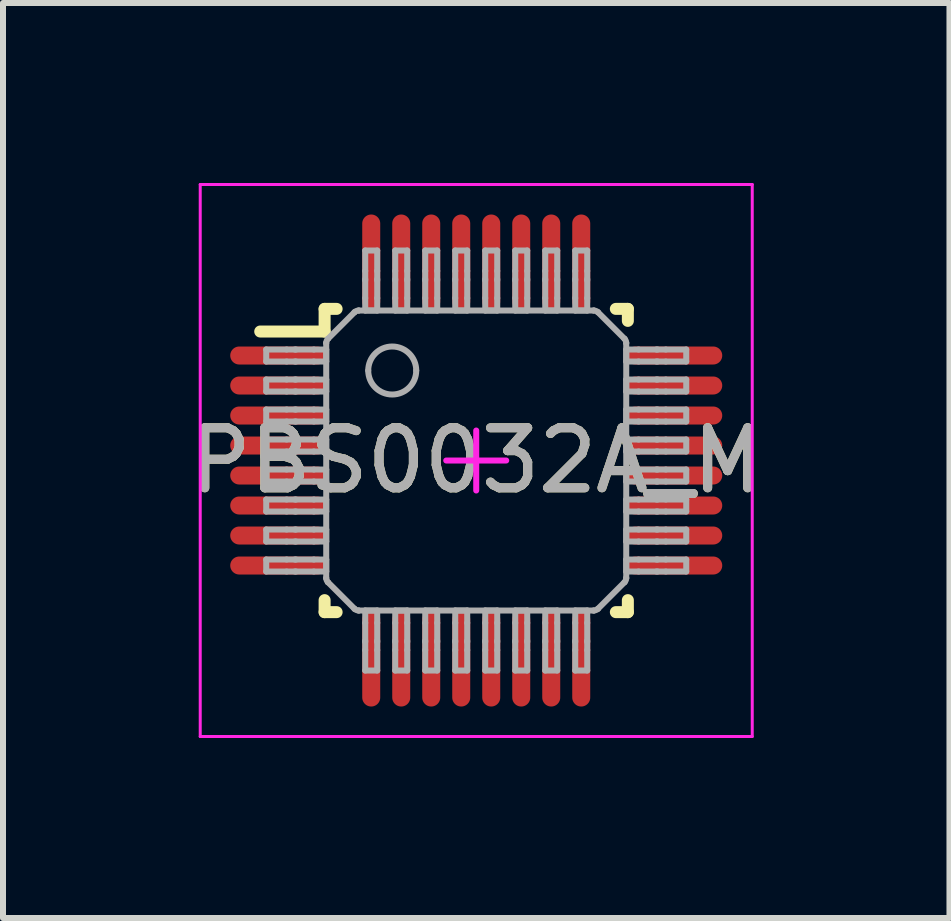
<source format=kicad_pcb>
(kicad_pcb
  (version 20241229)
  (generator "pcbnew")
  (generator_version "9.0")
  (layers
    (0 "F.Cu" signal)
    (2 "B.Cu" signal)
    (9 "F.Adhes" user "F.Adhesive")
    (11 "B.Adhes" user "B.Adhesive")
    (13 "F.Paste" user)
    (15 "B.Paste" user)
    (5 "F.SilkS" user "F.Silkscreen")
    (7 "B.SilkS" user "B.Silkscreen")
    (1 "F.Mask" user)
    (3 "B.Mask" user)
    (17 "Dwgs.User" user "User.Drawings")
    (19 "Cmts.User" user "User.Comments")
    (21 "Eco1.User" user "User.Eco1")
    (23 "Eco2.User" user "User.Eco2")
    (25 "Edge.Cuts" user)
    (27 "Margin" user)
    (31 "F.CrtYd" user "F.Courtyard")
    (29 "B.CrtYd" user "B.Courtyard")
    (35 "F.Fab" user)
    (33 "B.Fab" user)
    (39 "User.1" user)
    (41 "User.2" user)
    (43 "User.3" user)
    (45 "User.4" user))
  (footprint "PBS0032A_M"
    (layer "F.Cu")
    (at 4.887 4.625)
    (property "Reference" "PBS0032A_M" (at 0 0 0) (unlocked yes) (layer "F.SilkS") (effects (font (size 1 1) (thickness 0.15))))
    (attr smd)
    (fp_line (start -3.6 -2.15) (end -2.527 -2.15) (stroke (width 0.2) (type solid)) (layer "F.SilkS"))
    (fp_line (start -2.527 -2.527) (end -2.327 -2.527) (stroke (width 0.2) (type solid)) (layer "F.SilkS"))
    (fp_line (start -2.527 -2.15) (end -2.527 -2.527) (stroke (width 0.2) (type solid)) (layer "F.SilkS"))
    (fp_line (start -2.527 2.527) (end -2.527 2.327) (stroke (width 0.2) (type solid)) (layer "F.SilkS"))
    (fp_line (start -2.527 2.527) (end -2.327 2.527) (stroke (width 0.2) (type solid)) (layer "F.SilkS"))
    (fp_line (start 2.327 -2.527) (end 2.527 -2.527) (stroke (width 0.2) (type solid)) (layer "F.SilkS"))
    (fp_line (start 2.327 2.527) (end 2.527 2.527) (stroke (width 0.2) (type solid)) (layer "F.SilkS"))
    (fp_line (start 2.527 -2.327) (end 2.527 -2.527) (stroke (width 0.2) (type solid)) (layer "F.SilkS"))
    (fp_line (start 2.527 2.527) (end 2.527 2.327) (stroke (width 0.2) (type solid)) (layer "F.SilkS"))
    (fp_line (start -4.6 -4.6) (end 4.6 -4.6) (stroke (width 0.05) (type solid)) (layer "F.CrtYd"))
    (fp_line (start -4.6 4.6) (end -4.6 -4.6) (stroke (width 0.05) (type solid)) (layer "F.CrtYd"))
    (fp_line (start -4.6 4.6) (end 4.6 4.6) (stroke (width 0.05) (type solid)) (layer "F.CrtYd"))
    (fp_line (start -0.5 0.000003) (end 0.5 0.000003) (stroke (width 0.1) (type solid)) (layer "F.CrtYd"))
    (fp_line (start 0 0.5) (end 0 -0.5) (stroke (width 0.1) (type solid)) (layer "F.CrtYd"))
    (fp_line (start 4.6 4.6) (end 4.6 -4.6) (stroke (width 0.05) (type solid)) (layer "F.CrtYd"))
    (fp_line (start -3.5 -1.85) (end -3.16 -1.85) (stroke (width 0.1) (type solid)) (layer "F.Fab"))
    (fp_line (start -3.5 -1.65) (end -3.5 -1.85) (stroke (width 0.1) (type solid)) (layer "F.Fab"))
    (fp_line (start -3.5 -1.65) (end -3.16 -1.65) (stroke (width 0.1) (type solid)) (layer "F.Fab"))
    (fp_line (start -3.5 -1.35) (end -3.16 -1.35) (stroke (width 0.1) (type solid)) (layer "F.Fab"))
    (fp_line (start -3.5 -1.15) (end -3.5 -1.35) (stroke (width 0.1) (type solid)) (layer "F.Fab"))
    (fp_line (start -3.5 -1.15) (end -3.16 -1.15) (stroke (width 0.1) (type solid)) (layer "F.Fab"))
    (fp_line (start -3.5 -0.85) (end -3.16 -0.85) (stroke (width 0.1) (type solid)) (layer "F.Fab"))
    (fp_line (start -3.5 -0.65) (end -3.5 -0.85) (stroke (width 0.1) (type solid)) (layer "F.Fab"))
    (fp_line (start -3.5 -0.65) (end -3.16 -0.65) (stroke (width 0.1) (type solid)) (layer "F.Fab"))
    (fp_line (start -3.5 -0.35) (end -3.16 -0.35) (stroke (width 0.1) (type solid)) (layer "F.Fab"))
    (fp_line (start -3.5 -0.15) (end -3.5 -0.35) (stroke (width 0.1) (type solid)) (layer "F.Fab"))
    (fp_line (start -3.5 -0.15) (end -3.16 -0.15) (stroke (width 0.1) (type solid)) (layer "F.Fab"))
    (fp_line (start -3.5 0.15) (end -3.16 0.15) (stroke (width 0.1) (type solid)) (layer "F.Fab"))
    (fp_line (start -3.5 0.35) (end -3.5 0.15) (stroke (width 0.1) (type solid)) (layer "F.Fab"))
    (fp_line (start -3.5 0.35) (end -3.16 0.35) (stroke (width 0.1) (type solid)) (layer "F.Fab"))
    (fp_line (start -3.5 0.65) (end -3.16 0.65) (stroke (width 0.1) (type solid)) (layer "F.Fab"))
    (fp_line (start -3.5 0.85) (end -3.5 0.65) (stroke (width 0.1) (type solid)) (layer "F.Fab"))
    (fp_line (start -3.5 0.85) (end -3.16 0.85) (stroke (width 0.1) (type solid)) (layer "F.Fab"))
    (fp_line (start -3.5 1.15) (end -3.16 1.15) (stroke (width 0.1) (type solid)) (layer "F.Fab"))
    (fp_line (start -3.5 1.35) (end -3.5 1.15) (stroke (width 0.1) (type solid)) (layer "F.Fab"))
    (fp_line (start -3.5 1.35) (end -3.16 1.35) (stroke (width 0.1) (type solid)) (layer "F.Fab"))
    (fp_line (start -3.5 1.65) (end -3.16 1.65) (stroke (width 0.1) (type solid)) (layer "F.Fab"))
    (fp_line (start -3.5 1.85) (end -3.5 1.65) (stroke (width 0.1) (type solid)) (layer "F.Fab"))
    (fp_line (start -3.5 1.85) (end -3.16 1.85) (stroke (width 0.1) (type solid)) (layer "F.Fab"))
    (fp_line (start -3.16 -1.85) (end -3.023 -1.85) (stroke (width 0.1) (type solid)) (layer "F.Fab"))
    (fp_line (start -3.16 -1.65) (end -3.023 -1.65) (stroke (width 0.1) (type solid)) (layer "F.Fab"))
    (fp_line (start -3.16 -1.35) (end -3.023 -1.35) (stroke (width 0.1) (type solid)) (layer "F.Fab"))
    (fp_line (start -3.16 -1.15) (end -3.023 -1.15) (stroke (width 0.1) (type solid)) (layer "F.Fab"))
    (fp_line (start -3.16 -0.85) (end -3.023 -0.85) (stroke (width 0.1) (type solid)) (layer "F.Fab"))
    (fp_line (start -3.16 -0.65) (end -3.023 -0.65) (stroke (width 0.1) (type solid)) (layer "F.Fab"))
    (fp_line (start -3.16 -0.35) (end -3.023 -0.35) (stroke (width 0.1) (type solid)) (layer "F.Fab"))
    (fp_line (start -3.16 -0.15) (end -3.023 -0.15) (stroke (width 0.1) (type solid)) (layer "F.Fab"))
    (fp_line (start -3.16 0.15) (end -3.023 0.15) (stroke (width 0.1) (type solid)) (layer "F.Fab"))
    (fp_line (start -3.16 0.35) (end -3.023 0.35) (stroke (width 0.1) (type solid)) (layer "F.Fab"))
    (fp_line (start -3.16 0.65) (end -3.023 0.65) (stroke (width 0.1) (type solid)) (layer "F.Fab"))
    (fp_line (start -3.16 0.85) (end -3.023 0.85) (stroke (width 0.1) (type solid)) (layer "F.Fab"))
    (fp_line (start -3.16 1.15) (end -3.023 1.15) (stroke (width 0.1) (type solid)) (layer "F.Fab"))
    (fp_line (start -3.16 1.35) (end -3.023 1.35) (stroke (width 0.1) (type solid)) (layer "F.Fab"))
    (fp_line (start -3.16 1.65) (end -3.023 1.65) (stroke (width 0.1) (type solid)) (layer "F.Fab"))
    (fp_line (start -3.16 1.85) (end -3.023 1.85) (stroke (width 0.1) (type solid)) (layer "F.Fab"))
    (fp_line (start -3.023 -1.85) (end -3.002 -1.85) (stroke (width 0.1) (type solid)) (layer "F.Fab"))
    (fp_line (start -3.023 -1.65) (end -3.002 -1.65) (stroke (width 0.1) (type solid)) (layer "F.Fab"))
    (fp_line (start -3.023 -1.35) (end -3.002 -1.35) (stroke (width 0.1) (type solid)) (layer "F.Fab"))
    (fp_line (start -3.023 -1.15) (end -3.002 -1.15) (stroke (width 0.1) (type solid)) (layer "F.Fab"))
    (fp_line (start -3.023 -0.85) (end -3.002 -0.85) (stroke (width 0.1) (type solid)) (layer "F.Fab"))
    (fp_line (start -3.023 -0.65) (end -3.002 -0.65) (stroke (width 0.1) (type solid)) (layer "F.Fab"))
    (fp_line (start -3.023 -0.35) (end -3.002 -0.35) (stroke (width 0.1) (type solid)) (layer "F.Fab"))
    (fp_line (start -3.023 -0.15) (end -3.002 -0.15) (stroke (width 0.1) (type solid)) (layer "F.Fab"))
    (fp_line (start -3.023 0.15) (end -3.002 0.15) (stroke (width 0.1) (type solid)) (layer "F.Fab"))
    (fp_line (start -3.023 0.35) (end -3.002 0.35) (stroke (width 0.1) (type solid)) (layer "F.Fab"))
    (fp_line (start -3.023 0.65) (end -3.002 0.65) (stroke (width 0.1) (type solid)) (layer "F.Fab"))
    (fp_line (start -3.023 0.85) (end -3.002 0.85) (stroke (width 0.1) (type solid)) (layer "F.Fab"))
    (fp_line (start -3.023 1.15) (end -3.002 1.15) (stroke (width 0.1) (type solid)) (layer "F.Fab"))
    (fp_line (start -3.023 1.35) (end -3.002 1.35) (stroke (width 0.1) (type solid)) (layer "F.Fab"))
    (fp_line (start -3.023 1.65) (end -3.002 1.65) (stroke (width 0.1) (type solid)) (layer "F.Fab"))
    (fp_line (start -3.023 1.85) (end -3.002 1.85) (stroke (width 0.1) (type solid)) (layer "F.Fab"))
    (fp_line (start -3.002 -1.85) (end -2.706 -1.85) (stroke (width 0.1) (type solid)) (layer "F.Fab"))
    (fp_line (start -3.002 -1.65) (end -2.706 -1.65) (stroke (width 0.1) (type solid)) (layer "F.Fab"))
    (fp_line (start -3.002 -1.35) (end -2.706 -1.35) (stroke (width 0.1) (type solid)) (layer "F.Fab"))
    (fp_line (start -3.002 -1.15) (end -2.706 -1.15) (stroke (width 0.1) (type solid)) (layer "F.Fab"))
    (fp_line (start -3.002 -0.85) (end -2.706 -0.85) (stroke (width 0.1) (type solid)) (layer "F.Fab"))
    (fp_line (start -3.002 -0.65) (end -2.706 -0.65) (stroke (width 0.1) (type solid)) (layer "F.Fab"))
    (fp_line (start -3.002 -0.35) (end -2.706 -0.35) (stroke (width 0.1) (type solid)) (layer "F.Fab"))
    (fp_line (start -3.002 -0.15) (end -2.706 -0.15) (stroke (width 0.1) (type solid)) (layer "F.Fab"))
    (fp_line (start -3.002 0.15) (end -2.706 0.15) (stroke (width 0.1) (type solid)) (layer "F.Fab"))
    (fp_line (start -3.002 0.35) (end -2.706 0.35) (stroke (width 0.1) (type solid)) (layer "F.Fab"))
    (fp_line (start -3.002 0.65) (end -2.706 0.65) (stroke (width 0.1) (type solid)) (layer "F.Fab"))
    (fp_line (start -3.002 0.85) (end -2.706 0.85) (stroke (width 0.1) (type solid)) (layer "F.Fab"))
    (fp_line (start -3.002 1.15) (end -2.706 1.15) (stroke (width 0.1) (type solid)) (layer "F.Fab"))
    (fp_line (start -3.002 1.35) (end -2.706 1.35) (stroke (width 0.1) (type solid)) (layer "F.Fab"))
    (fp_line (start -3.002 1.65) (end -2.706 1.65) (stroke (width 0.1) (type solid)) (layer "F.Fab"))
    (fp_line (start -3.002 1.85) (end -2.706 1.85) (stroke (width 0.1) (type solid)) (layer "F.Fab"))
    (fp_line (start -2.706 -1.85) (end -2.5 -1.85) (stroke (width 0.1) (type solid)) (layer "F.Fab"))
    (fp_line (start -2.706 -1.65) (end -2.5 -1.65) (stroke (width 0.1) (type solid)) (layer "F.Fab"))
    (fp_line (start -2.706 -1.35) (end -2.5 -1.35) (stroke (width 0.1) (type solid)) (layer "F.Fab"))
    (fp_line (start -2.706 -1.15) (end -2.5 -1.15) (stroke (width 0.1) (type solid)) (layer "F.Fab"))
    (fp_line (start -2.706 -0.85) (end -2.5 -0.85) (stroke (width 0.1) (type solid)) (layer "F.Fab"))
    (fp_line (start -2.706 -0.65) (end -2.5 -0.65) (stroke (width 0.1) (type solid)) (layer "F.Fab"))
    (fp_line (start -2.706 -0.35) (end -2.5 -0.35) (stroke (width 0.1) (type solid)) (layer "F.Fab"))
    (fp_line (start -2.706 -0.15) (end -2.5 -0.15) (stroke (width 0.1) (type solid)) (layer "F.Fab"))
    (fp_line (start -2.706 0.15) (end -2.5 0.15) (stroke (width 0.1) (type solid)) (layer "F.Fab"))
    (fp_line (start -2.706 0.35) (end -2.5 0.35) (stroke (width 0.1) (type solid)) (layer "F.Fab"))
    (fp_line (start -2.706 0.65) (end -2.5 0.65) (stroke (width 0.1) (type solid)) (layer "F.Fab"))
    (fp_line (start -2.706 0.85) (end -2.5 0.85) (stroke (width 0.1) (type solid)) (layer "F.Fab"))
    (fp_line (start -2.706 1.15) (end -2.5 1.15) (stroke (width 0.1) (type solid)) (layer "F.Fab"))
    (fp_line (start -2.706 1.35) (end -2.5 1.35) (stroke (width 0.1) (type solid)) (layer "F.Fab"))
    (fp_line (start -2.706 1.65) (end -2.5 1.65) (stroke (width 0.1) (type solid)) (layer "F.Fab"))
    (fp_line (start -2.706 1.85) (end -2.5 1.85) (stroke (width 0.1) (type solid)) (layer "F.Fab"))
    (fp_line (start -2.5 -1.959) (end -2.5 -1.959) (stroke (width 0.1) (type solid)) (layer "F.Fab"))
    (fp_line (start -2.5 -1.65) (end -2.5 -1.85) (stroke (width 0.1) (type solid)) (layer "F.Fab"))
    (fp_line (start -2.5 -1.15) (end -2.5 -1.35) (stroke (width 0.1) (type solid)) (layer "F.Fab"))
    (fp_line (start -2.5 -0.65) (end -2.5 -0.85) (stroke (width 0.1) (type solid)) (layer "F.Fab"))
    (fp_line (start -2.5 -0.15) (end -2.5 -0.35) (stroke (width 0.1) (type solid)) (layer "F.Fab"))
    (fp_line (start -2.5 0.35) (end -2.5 0.15) (stroke (width 0.1) (type solid)) (layer "F.Fab"))
    (fp_line (start -2.5 0.85) (end -2.5 0.65) (stroke (width 0.1) (type solid)) (layer "F.Fab"))
    (fp_line (start -2.5 1.35) (end -2.5 1.15) (stroke (width 0.1) (type solid)) (layer "F.Fab"))
    (fp_line (start -2.5 1.85) (end -2.5 1.65) (stroke (width 0.1) (type solid)) (layer "F.Fab"))
    (fp_line (start -2.5 1.959) (end -2.5 -1.959) (stroke (width 0.1) (type solid)) (layer "F.Fab"))
    (fp_line (start -2.5 1.959) (end -2.5 1.959) (stroke (width 0.1) (type solid)) (layer "F.Fab"))
    (fp_line (start -2.471 -2.029) (end -2.471 -2.029) (stroke (width 0.1) (type solid)) (layer "F.Fab"))
    (fp_line (start -2.471 2.029) (end -2.471 2.029) (stroke (width 0.1) (type solid)) (layer "F.Fab"))
    (fp_line (start -2.471 -2.029) (end -2.029 -2.471) (stroke (width 0.1) (type solid)) (layer "F.Fab"))
    (fp_line (start -2.471 2.029) (end -2.029 2.471) (stroke (width 0.1) (type solid)) (layer "F.Fab"))
    (fp_line (start -2.029 -2.471) (end -2.029 -2.471) (stroke (width 0.1) (type solid)) (layer "F.Fab"))
    (fp_line (start -2.029 2.471) (end -2.029 2.471) (stroke (width 0.1) (type solid)) (layer "F.Fab"))
    (fp_line (start -1.959 -2.5) (end -1.959 -2.5) (stroke (width 0.1) (type solid)) (layer "F.Fab"))
    (fp_line (start -1.959 2.5) (end -1.959 2.5) (stroke (width 0.1) (type solid)) (layer "F.Fab"))
    (fp_line (start -1.959 -2.5) (end 1.959 -2.5) (stroke (width 0.1) (type solid)) (layer "F.Fab"))
    (fp_line (start -1.959 2.5) (end 1.959 2.5) (stroke (width 0.1) (type solid)) (layer "F.Fab"))
    (fp_line (start -1.85 -3.5) (end -1.65 -3.5) (stroke (width 0.1) (type solid)) (layer "F.Fab"))
    (fp_line (start -1.85 -3.16) (end -1.85 -3.5) (stroke (width 0.1) (type solid)) (layer "F.Fab"))
    (fp_line (start -1.85 -3.023) (end -1.85 -3.16) (stroke (width 0.1) (type solid)) (layer "F.Fab"))
    (fp_line (start -1.85 -3.002) (end -1.85 -3.023) (stroke (width 0.1) (type solid)) (layer "F.Fab"))
    (fp_line (start -1.85 -2.706) (end -1.85 -3.002) (stroke (width 0.1) (type solid)) (layer "F.Fab"))
    (fp_line (start -1.85 -2.5) (end -1.85 -2.706) (stroke (width 0.1) (type solid)) (layer "F.Fab"))
    (fp_line (start -1.85 -2.5) (end -1.65 -2.5) (stroke (width 0.1) (type solid)) (layer "F.Fab"))
    (fp_line (start -1.85 2.5) (end -1.65 2.5) (stroke (width 0.1) (type solid)) (layer "F.Fab"))
    (fp_line (start -1.85 2.706) (end -1.85 2.5) (stroke (width 0.1) (type solid)) (layer "F.Fab"))
    (fp_line (start -1.85 3.002) (end -1.85 2.706) (stroke (width 0.1) (type solid)) (layer "F.Fab"))
    (fp_line (start -1.85 3.023) (end -1.85 3.002) (stroke (width 0.1) (type solid)) (layer "F.Fab"))
    (fp_line (start -1.85 3.16) (end -1.85 3.023) (stroke (width 0.1) (type solid)) (layer "F.Fab"))
    (fp_line (start -1.85 3.5) (end -1.85 3.16) (stroke (width 0.1) (type solid)) (layer "F.Fab"))
    (fp_line (start -1.85 3.5) (end -1.65 3.5) (stroke (width 0.1) (type solid)) (layer "F.Fab"))
    (fp_line (start -1.65 -3.16) (end -1.65 -3.5) (stroke (width 0.1) (type solid)) (layer "F.Fab"))
    (fp_line (start -1.65 -3.023) (end -1.65 -3.16) (stroke (width 0.1) (type solid)) (layer "F.Fab"))
    (fp_line (start -1.65 -3.002) (end -1.65 -3.023) (stroke (width 0.1) (type solid)) (layer "F.Fab"))
    (fp_line (start -1.65 -2.706) (end -1.65 -3.002) (stroke (width 0.1) (type solid)) (layer "F.Fab"))
    (fp_line (start -1.65 -2.5) (end -1.65 -2.706) (stroke (width 0.1) (type solid)) (layer "F.Fab"))
    (fp_line (start -1.65 2.706) (end -1.65 2.5) (stroke (width 0.1) (type solid)) (layer "F.Fab"))
    (fp_line (start -1.65 3.002) (end -1.65 2.706) (stroke (width 0.1) (type solid)) (layer "F.Fab"))
    (fp_line (start -1.65 3.023) (end -1.65 3.002) (stroke (width 0.1) (type solid)) (layer "F.Fab"))
    (fp_line (start -1.65 3.16) (end -1.65 3.023) (stroke (width 0.1) (type solid)) (layer "F.Fab"))
    (fp_line (start -1.65 3.5) (end -1.65 3.16) (stroke (width 0.1) (type solid)) (layer "F.Fab"))
    (fp_line (start -1.35 -3.5) (end -1.15 -3.5) (stroke (width 0.1) (type solid)) (layer "F.Fab"))
    (fp_line (start -1.35 -3.16) (end -1.35 -3.5) (stroke (width 0.1) (type solid)) (layer "F.Fab"))
    (fp_line (start -1.35 -3.023) (end -1.35 -3.16) (stroke (width 0.1) (type solid)) (layer "F.Fab"))
    (fp_line (start -1.35 -3.002) (end -1.35 -3.023) (stroke (width 0.1) (type solid)) (layer "F.Fab"))
    (fp_line (start -1.35 -2.706) (end -1.35 -3.002) (stroke (width 0.1) (type solid)) (layer "F.Fab"))
    (fp_line (start -1.35 -2.5) (end -1.35 -2.706) (stroke (width 0.1) (type solid)) (layer "F.Fab"))
    (fp_line (start -1.35 -2.5) (end -1.15 -2.5) (stroke (width 0.1) (type solid)) (layer "F.Fab"))
    (fp_line (start -1.35 2.5) (end -1.15 2.5) (stroke (width 0.1) (type solid)) (layer "F.Fab"))
    (fp_line (start -1.35 2.706) (end -1.35 2.5) (stroke (width 0.1) (type solid)) (layer "F.Fab"))
    (fp_line (start -1.35 3.002) (end -1.35 2.706) (stroke (width 0.1) (type solid)) (layer "F.Fab"))
    (fp_line (start -1.35 3.023) (end -1.35 3.002) (stroke (width 0.1) (type solid)) (layer "F.Fab"))
    (fp_line (start -1.35 3.16) (end -1.35 3.023) (stroke (width 0.1) (type solid)) (layer "F.Fab"))
    (fp_line (start -1.35 3.5) (end -1.35 3.16) (stroke (width 0.1) (type solid)) (layer "F.Fab"))
    (fp_line (start -1.35 3.5) (end -1.15 3.5) (stroke (width 0.1) (type solid)) (layer "F.Fab"))
    (fp_line (start -1.15 -3.16) (end -1.15 -3.5) (stroke (width 0.1) (type solid)) (layer "F.Fab"))
    (fp_line (start -1.15 -3.023) (end -1.15 -3.16) (stroke (width 0.1) (type solid)) (layer "F.Fab"))
    (fp_line (start -1.15 -3.002) (end -1.15 -3.023) (stroke (width 0.1) (type solid)) (layer "F.Fab"))
    (fp_line (start -1.15 -2.706) (end -1.15 -3.002) (stroke (width 0.1) (type solid)) (layer "F.Fab"))
    (fp_line (start -1.15 -2.5) (end -1.15 -2.706) (stroke (width 0.1) (type solid)) (layer "F.Fab"))
    (fp_line (start -1.15 2.706) (end -1.15 2.5) (stroke (width 0.1) (type solid)) (layer "F.Fab"))
    (fp_line (start -1.15 3.002) (end -1.15 2.706) (stroke (width 0.1) (type solid)) (layer "F.Fab"))
    (fp_line (start -1.15 3.023) (end -1.15 3.002) (stroke (width 0.1) (type solid)) (layer "F.Fab"))
    (fp_line (start -1.15 3.16) (end -1.15 3.023) (stroke (width 0.1) (type solid)) (layer "F.Fab"))
    (fp_line (start -1.15 3.5) (end -1.15 3.16) (stroke (width 0.1) (type solid)) (layer "F.Fab"))
    (fp_line (start -0.85 -3.5) (end -0.65 -3.5) (stroke (width 0.1) (type solid)) (layer "F.Fab"))
    (fp_line (start -0.85 -3.16) (end -0.85 -3.5) (stroke (width 0.1) (type solid)) (layer "F.Fab"))
    (fp_line (start -0.85 -3.023) (end -0.85 -3.16) (stroke (width 0.1) (type solid)) (layer "F.Fab"))
    (fp_line (start -0.85 -3.002) (end -0.85 -3.023) (stroke (width 0.1) (type solid)) (layer "F.Fab"))
    (fp_line (start -0.85 -2.706) (end -0.85 -3.002) (stroke (width 0.1) (type solid)) (layer "F.Fab"))
    (fp_line (start -0.85 -2.5) (end -0.85 -2.706) (stroke (width 0.1) (type solid)) (layer "F.Fab"))
    (fp_line (start -0.85 -2.5) (end -0.65 -2.5) (stroke (width 0.1) (type solid)) (layer "F.Fab"))
    (fp_line (start -0.85 2.5) (end -0.65 2.5) (stroke (width 0.1) (type solid)) (layer "F.Fab"))
    (fp_line (start -0.85 2.706) (end -0.85 2.5) (stroke (width 0.1) (type solid)) (layer "F.Fab"))
    (fp_line (start -0.85 3.002) (end -0.85 2.706) (stroke (width 0.1) (type solid)) (layer "F.Fab"))
    (fp_line (start -0.85 3.023) (end -0.85 3.002) (stroke (width 0.1) (type solid)) (layer "F.Fab"))
    (fp_line (start -0.85 3.16) (end -0.85 3.023) (stroke (width 0.1) (type solid)) (layer "F.Fab"))
    (fp_line (start -0.85 3.5) (end -0.85 3.16) (stroke (width 0.1) (type solid)) (layer "F.Fab"))
    (fp_line (start -0.85 3.5) (end -0.65 3.5) (stroke (width 0.1) (type solid)) (layer "F.Fab"))
    (fp_line (start -0.65 -3.16) (end -0.65 -3.5) (stroke (width 0.1) (type solid)) (layer "F.Fab"))
    (fp_line (start -0.65 -3.023) (end -0.65 -3.16) (stroke (width 0.1) (type solid)) (layer "F.Fab"))
    (fp_line (start -0.65 -3.002) (end -0.65 -3.023) (stroke (width 0.1) (type solid)) (layer "F.Fab"))
    (fp_line (start -0.65 -2.706) (end -0.65 -3.002) (stroke (width 0.1) (type solid)) (layer "F.Fab"))
    (fp_line (start -0.65 -2.5) (end -0.65 -2.706) (stroke (width 0.1) (type solid)) (layer "F.Fab"))
    (fp_line (start -0.65 2.706) (end -0.65 2.5) (stroke (width 0.1) (type solid)) (layer "F.Fab"))
    (fp_line (start -0.65 3.002) (end -0.65 2.706) (stroke (width 0.1) (type solid)) (layer "F.Fab"))
    (fp_line (start -0.65 3.023) (end -0.65 3.002) (stroke (width 0.1) (type solid)) (layer "F.Fab"))
    (fp_line (start -0.65 3.16) (end -0.65 3.023) (stroke (width 0.1) (type solid)) (layer "F.Fab"))
    (fp_line (start -0.65 3.5) (end -0.65 3.16) (stroke (width 0.1) (type solid)) (layer "F.Fab"))
    (fp_line (start -0.35 -3.5) (end -0.15 -3.5) (stroke (width 0.1) (type solid)) (layer "F.Fab"))
    (fp_line (start -0.35 -3.16) (end -0.35 -3.5) (stroke (width 0.1) (type solid)) (layer "F.Fab"))
    (fp_line (start -0.35 -3.023) (end -0.35 -3.16) (stroke (width 0.1) (type solid)) (layer "F.Fab"))
    (fp_line (start -0.35 -3.002) (end -0.35 -3.023) (stroke (width 0.1) (type solid)) (layer "F.Fab"))
    (fp_line (start -0.35 -2.706) (end -0.35 -3.002) (stroke (width 0.1) (type solid)) (layer "F.Fab"))
    (fp_line (start -0.35 -2.5) (end -0.35 -2.706) (stroke (width 0.1) (type solid)) (layer "F.Fab"))
    (fp_line (start -0.35 -2.5) (end -0.15 -2.5) (stroke (width 0.1) (type solid)) (layer "F.Fab"))
    (fp_line (start -0.35 2.5) (end -0.15 2.5) (stroke (width 0.1) (type solid)) (layer "F.Fab"))
    (fp_line (start -0.35 2.706) (end -0.35 2.5) (stroke (width 0.1) (type solid)) (layer "F.Fab"))
    (fp_line (start -0.35 3.002) (end -0.35 2.706) (stroke (width 0.1) (type solid)) (layer "F.Fab"))
    (fp_line (start -0.35 3.023) (end -0.35 3.002) (stroke (width 0.1) (type solid)) (layer "F.Fab"))
    (fp_line (start -0.35 3.16) (end -0.35 3.023) (stroke (width 0.1) (type solid)) (layer "F.Fab"))
    (fp_line (start -0.35 3.5) (end -0.35 3.16) (stroke (width 0.1) (type solid)) (layer "F.Fab"))
    (fp_line (start -0.35 3.5) (end -0.15 3.5) (stroke (width 0.1) (type solid)) (layer "F.Fab"))
    (fp_line (start -0.15 -3.16) (end -0.15 -3.5) (stroke (width 0.1) (type solid)) (layer "F.Fab"))
    (fp_line (start -0.15 -3.023) (end -0.15 -3.16) (stroke (width 0.1) (type solid)) (layer "F.Fab"))
    (fp_line (start -0.15 -3.002) (end -0.15 -3.023) (stroke (width 0.1) (type solid)) (layer "F.Fab"))
    (fp_line (start -0.15 -2.706) (end -0.15 -3.002) (stroke (width 0.1) (type solid)) (layer "F.Fab"))
    (fp_line (start -0.15 -2.5) (end -0.15 -2.706) (stroke (width 0.1) (type solid)) (layer "F.Fab"))
    (fp_line (start -0.15 2.706) (end -0.15 2.5) (stroke (width 0.1) (type solid)) (layer "F.Fab"))
    (fp_line (start -0.15 3.002) (end -0.15 2.706) (stroke (width 0.1) (type solid)) (layer "F.Fab"))
    (fp_line (start -0.15 3.023) (end -0.15 3.002) (stroke (width 0.1) (type solid)) (layer "F.Fab"))
    (fp_line (start -0.15 3.16) (end -0.15 3.023) (stroke (width 0.1) (type solid)) (layer "F.Fab"))
    (fp_line (start -0.15 3.5) (end -0.15 3.16) (stroke (width 0.1) (type solid)) (layer "F.Fab"))
    (fp_line (start 0.15 -3.5) (end 0.35 -3.5) (stroke (width 0.1) (type solid)) (layer "F.Fab"))
    (fp_line (start 0.15 -3.16) (end 0.15 -3.5) (stroke (width 0.1) (type solid)) (layer "F.Fab"))
    (fp_line (start 0.15 -3.023) (end 0.15 -3.16) (stroke (width 0.1) (type solid)) (layer "F.Fab"))
    (fp_line (start 0.15 -3.002) (end 0.15 -3.023) (stroke (width 0.1) (type solid)) (layer "F.Fab"))
    (fp_line (start 0.15 -2.706) (end 0.15 -3.002) (stroke (width 0.1) (type solid)) (layer "F.Fab"))
    (fp_line (start 0.15 -2.5) (end 0.15 -2.706) (stroke (width 0.1) (type solid)) (layer "F.Fab"))
    (fp_line (start 0.15 -2.5) (end 0.35 -2.5) (stroke (width 0.1) (type solid)) (layer "F.Fab"))
    (fp_line (start 0.15 2.5) (end 0.35 2.5) (stroke (width 0.1) (type solid)) (layer "F.Fab"))
    (fp_line (start 0.15 2.706) (end 0.15 2.5) (stroke (width 0.1) (type solid)) (layer "F.Fab"))
    (fp_line (start 0.15 3.002) (end 0.15 2.706) (stroke (width 0.1) (type solid)) (layer "F.Fab"))
    (fp_line (start 0.15 3.023) (end 0.15 3.002) (stroke (width 0.1) (type solid)) (layer "F.Fab"))
    (fp_line (start 0.15 3.16) (end 0.15 3.023) (stroke (width 0.1) (type solid)) (layer "F.Fab"))
    (fp_line (start 0.15 3.5) (end 0.15 3.16) (stroke (width 0.1) (type solid)) (layer "F.Fab"))
    (fp_line (start 0.15 3.5) (end 0.35 3.5) (stroke (width 0.1) (type solid)) (layer "F.Fab"))
    (fp_line (start 0.35 -3.16) (end 0.35 -3.5) (stroke (width 0.1) (type solid)) (layer "F.Fab"))
    (fp_line (start 0.35 -3.023) (end 0.35 -3.16) (stroke (width 0.1) (type solid)) (layer "F.Fab"))
    (fp_line (start 0.35 -3.002) (end 0.35 -3.023) (stroke (width 0.1) (type solid)) (layer "F.Fab"))
    (fp_line (start 0.35 -2.706) (end 0.35 -3.002) (stroke (width 0.1) (type solid)) (layer "F.Fab"))
    (fp_line (start 0.35 -2.5) (end 0.35 -2.706) (stroke (width 0.1) (type solid)) (layer "F.Fab"))
    (fp_line (start 0.35 2.706) (end 0.35 2.5) (stroke (width 0.1) (type solid)) (layer "F.Fab"))
    (fp_line (start 0.35 3.002) (end 0.35 2.706) (stroke (width 0.1) (type solid)) (layer "F.Fab"))
    (fp_line (start 0.35 3.023) (end 0.35 3.002) (stroke (width 0.1) (type solid)) (layer "F.Fab"))
    (fp_line (start 0.35 3.16) (end 0.35 3.023) (stroke (width 0.1) (type solid)) (layer "F.Fab"))
    (fp_line (start 0.35 3.5) (end 0.35 3.16) (stroke (width 0.1) (type solid)) (layer "F.Fab"))
    (fp_line (start 0.65 -3.5) (end 0.85 -3.5) (stroke (width 0.1) (type solid)) (layer "F.Fab"))
    (fp_line (start 0.65 -3.16) (end 0.65 -3.5) (stroke (width 0.1) (type solid)) (layer "F.Fab"))
    (fp_line (start 0.65 -3.023) (end 0.65 -3.16) (stroke (width 0.1) (type solid)) (layer "F.Fab"))
    (fp_line (start 0.65 -3.002) (end 0.65 -3.023) (stroke (width 0.1) (type solid)) (layer "F.Fab"))
    (fp_line (start 0.65 -2.706) (end 0.65 -3.002) (stroke (width 0.1) (type solid)) (layer "F.Fab"))
    (fp_line (start 0.65 -2.5) (end 0.65 -2.706) (stroke (width 0.1) (type solid)) (layer "F.Fab"))
    (fp_line (start 0.65 -2.5) (end 0.85 -2.5) (stroke (width 0.1) (type solid)) (layer "F.Fab"))
    (fp_line (start 0.65 2.5) (end 0.85 2.5) (stroke (width 0.1) (type solid)) (layer "F.Fab"))
    (fp_line (start 0.65 2.706) (end 0.65 2.5) (stroke (width 0.1) (type solid)) (layer "F.Fab"))
    (fp_line (start 0.65 3.002) (end 0.65 2.706) (stroke (width 0.1) (type solid)) (layer "F.Fab"))
    (fp_line (start 0.65 3.023) (end 0.65 3.002) (stroke (width 0.1) (type solid)) (layer "F.Fab"))
    (fp_line (start 0.65 3.16) (end 0.65 3.023) (stroke (width 0.1) (type solid)) (layer "F.Fab"))
    (fp_line (start 0.65 3.5) (end 0.65 3.16) (stroke (width 0.1) (type solid)) (layer "F.Fab"))
    (fp_line (start 0.65 3.5) (end 0.85 3.5) (stroke (width 0.1) (type solid)) (layer "F.Fab"))
    (fp_line (start 0.85 -3.16) (end 0.85 -3.5) (stroke (width 0.1) (type solid)) (layer "F.Fab"))
    (fp_line (start 0.85 -3.023) (end 0.85 -3.16) (stroke (width 0.1) (type solid)) (layer "F.Fab"))
    (fp_line (start 0.85 -3.002) (end 0.85 -3.023) (stroke (width 0.1) (type solid)) (layer "F.Fab"))
    (fp_line (start 0.85 -2.706) (end 0.85 -3.002) (stroke (width 0.1) (type solid)) (layer "F.Fab"))
    (fp_line (start 0.85 -2.5) (end 0.85 -2.706) (stroke (width 0.1) (type solid)) (layer "F.Fab"))
    (fp_line (start 0.85 2.706) (end 0.85 2.5) (stroke (width 0.1) (type solid)) (layer "F.Fab"))
    (fp_line (start 0.85 3.002) (end 0.85 2.706) (stroke (width 0.1) (type solid)) (layer "F.Fab"))
    (fp_line (start 0.85 3.023) (end 0.85 3.002) (stroke (width 0.1) (type solid)) (layer "F.Fab"))
    (fp_line (start 0.85 3.16) (end 0.85 3.023) (stroke (width 0.1) (type solid)) (layer "F.Fab"))
    (fp_line (start 0.85 3.5) (end 0.85 3.16) (stroke (width 0.1) (type solid)) (layer "F.Fab"))
    (fp_line (start 1.15 -3.5) (end 1.35 -3.5) (stroke (width 0.1) (type solid)) (layer "F.Fab"))
    (fp_line (start 1.15 -3.16) (end 1.15 -3.5) (stroke (width 0.1) (type solid)) (layer "F.Fab"))
    (fp_line (start 1.15 -3.023) (end 1.15 -3.16) (stroke (width 0.1) (type solid)) (layer "F.Fab"))
    (fp_line (start 1.15 -3.002) (end 1.15 -3.023) (stroke (width 0.1) (type solid)) (layer "F.Fab"))
    (fp_line (start 1.15 -2.706) (end 1.15 -3.002) (stroke (width 0.1) (type solid)) (layer "F.Fab"))
    (fp_line (start 1.15 -2.5) (end 1.15 -2.706) (stroke (width 0.1) (type solid)) (layer "F.Fab"))
    (fp_line (start 1.15 -2.5) (end 1.35 -2.5) (stroke (width 0.1) (type solid)) (layer "F.Fab"))
    (fp_line (start 1.15 2.5) (end 1.35 2.5) (stroke (width 0.1) (type solid)) (layer "F.Fab"))
    (fp_line (start 1.15 2.706) (end 1.15 2.5) (stroke (width 0.1) (type solid)) (layer "F.Fab"))
    (fp_line (start 1.15 3.002) (end 1.15 2.706) (stroke (width 0.1) (type solid)) (layer "F.Fab"))
    (fp_line (start 1.15 3.023) (end 1.15 3.002) (stroke (width 0.1) (type solid)) (layer "F.Fab"))
    (fp_line (start 1.15 3.16) (end 1.15 3.023) (stroke (width 0.1) (type solid)) (layer "F.Fab"))
    (fp_line (start 1.15 3.5) (end 1.15 3.16) (stroke (width 0.1) (type solid)) (layer "F.Fab"))
    (fp_line (start 1.15 3.5) (end 1.35 3.5) (stroke (width 0.1) (type solid)) (layer "F.Fab"))
    (fp_line (start 1.35 -3.16) (end 1.35 -3.5) (stroke (width 0.1) (type solid)) (layer "F.Fab"))
    (fp_line (start 1.35 -3.023) (end 1.35 -3.16) (stroke (width 0.1) (type solid)) (layer "F.Fab"))
    (fp_line (start 1.35 -3.002) (end 1.35 -3.023) (stroke (width 0.1) (type solid)) (layer "F.Fab"))
    (fp_line (start 1.35 -2.706) (end 1.35 -3.002) (stroke (width 0.1) (type solid)) (layer "F.Fab"))
    (fp_line (start 1.35 -2.5) (end 1.35 -2.706) (stroke (width 0.1) (type solid)) (layer "F.Fab"))
    (fp_line (start 1.35 2.706) (end 1.35 2.5) (stroke (width 0.1) (type solid)) (layer "F.Fab"))
    (fp_line (start 1.35 3.002) (end 1.35 2.706) (stroke (width 0.1) (type solid)) (layer "F.Fab"))
    (fp_line (start 1.35 3.023) (end 1.35 3.002) (stroke (width 0.1) (type solid)) (layer "F.Fab"))
    (fp_line (start 1.35 3.16) (end 1.35 3.023) (stroke (width 0.1) (type solid)) (layer "F.Fab"))
    (fp_line (start 1.35 3.5) (end 1.35 3.16) (stroke (width 0.1) (type solid)) (layer "F.Fab"))
    (fp_line (start 1.65 -3.5) (end 1.85 -3.5) (stroke (width 0.1) (type solid)) (layer "F.Fab"))
    (fp_line (start 1.65 -3.16) (end 1.65 -3.5) (stroke (width 0.1) (type solid)) (layer "F.Fab"))
    (fp_line (start 1.65 -3.023) (end 1.65 -3.16) (stroke (width 0.1) (type solid)) (layer "F.Fab"))
    (fp_line (start 1.65 -3.002) (end 1.65 -3.023) (stroke (width 0.1) (type solid)) (layer "F.Fab"))
    (fp_line (start 1.65 -2.706) (end 1.65 -3.002) (stroke (width 0.1) (type solid)) (layer "F.Fab"))
    (fp_line (start 1.65 -2.5) (end 1.65 -2.706) (stroke (width 0.1) (type solid)) (layer "F.Fab"))
    (fp_line (start 1.65 -2.5) (end 1.85 -2.5) (stroke (width 0.1) (type solid)) (layer "F.Fab"))
    (fp_line (start 1.65 2.5) (end 1.85 2.5) (stroke (width 0.1) (type solid)) (layer "F.Fab"))
    (fp_line (start 1.65 2.706) (end 1.65 2.5) (stroke (width 0.1) (type solid)) (layer "F.Fab"))
    (fp_line (start 1.65 3.002) (end 1.65 2.706) (stroke (width 0.1) (type solid)) (layer "F.Fab"))
    (fp_line (start 1.65 3.023) (end 1.65 3.002) (stroke (width 0.1) (type solid)) (layer "F.Fab"))
    (fp_line (start 1.65 3.16) (end 1.65 3.023) (stroke (width 0.1) (type solid)) (layer "F.Fab"))
    (fp_line (start 1.65 3.5) (end 1.65 3.16) (stroke (width 0.1) (type solid)) (layer "F.Fab"))
    (fp_line (start 1.65 3.5) (end 1.85 3.5) (stroke (width 0.1) (type solid)) (layer "F.Fab"))
    (fp_line (start 1.85 -3.16) (end 1.85 -3.5) (stroke (width 0.1) (type solid)) (layer "F.Fab"))
    (fp_line (start 1.85 -3.023) (end 1.85 -3.16) (stroke (width 0.1) (type solid)) (layer "F.Fab"))
    (fp_line (start 1.85 -3.002) (end 1.85 -3.023) (stroke (width 0.1) (type solid)) (layer "F.Fab"))
    (fp_line (start 1.85 -2.706) (end 1.85 -3.002) (stroke (width 0.1) (type solid)) (layer "F.Fab"))
    (fp_line (start 1.85 -2.5) (end 1.85 -2.706) (stroke (width 0.1) (type solid)) (layer "F.Fab"))
    (fp_line (start 1.85 2.706) (end 1.85 2.5) (stroke (width 0.1) (type solid)) (layer "F.Fab"))
    (fp_line (start 1.85 3.002) (end 1.85 2.706) (stroke (width 0.1) (type solid)) (layer "F.Fab"))
    (fp_line (start 1.85 3.023) (end 1.85 3.002) (stroke (width 0.1) (type solid)) (layer "F.Fab"))
    (fp_line (start 1.85 3.16) (end 1.85 3.023) (stroke (width 0.1) (type solid)) (layer "F.Fab"))
    (fp_line (start 1.85 3.5) (end 1.85 3.16) (stroke (width 0.1) (type solid)) (layer "F.Fab"))
    (fp_line (start 1.959 -2.5) (end 1.959 -2.5) (stroke (width 0.1) (type solid)) (layer "F.Fab"))
    (fp_line (start 1.959 2.5) (end 1.959 2.5) (stroke (width 0.1) (type solid)) (layer "F.Fab"))
    (fp_line (start 2.029 -2.471) (end 2.029 -2.471) (stroke (width 0.1) (type solid)) (layer "F.Fab"))
    (fp_line (start 2.029 2.471) (end 2.029 2.471) (stroke (width 0.1) (type solid)) (layer "F.Fab"))
    (fp_line (start 2.029 -2.471) (end 2.471 -2.029) (stroke (width 0.1) (type solid)) (layer "F.Fab"))
    (fp_line (start 2.029 2.471) (end 2.471 2.029) (stroke (width 0.1) (type solid)) (layer "F.Fab"))
    (fp_line (start 2.471 -2.029) (end 2.471 -2.029) (stroke (width 0.1) (type solid)) (layer "F.Fab"))
    (fp_line (start 2.471 2.029) (end 2.471 2.029) (stroke (width 0.1) (type solid)) (layer "F.Fab"))
    (fp_line (start 2.5 -1.959) (end 2.5 -1.959) (stroke (width 0.1) (type solid)) (layer "F.Fab"))
    (fp_line (start 2.5 1.959) (end 2.5 1.959) (stroke (width 0.1) (type solid)) (layer "F.Fab"))
    (fp_line (start 2.5 -1.85) (end 2.706 -1.85) (stroke (width 0.1) (type solid)) (layer "F.Fab"))
    (fp_line (start 2.5 -1.65) (end 2.5 -1.85) (stroke (width 0.1) (type solid)) (layer "F.Fab"))
    (fp_line (start 2.5 -1.65) (end 2.706 -1.65) (stroke (width 0.1) (type solid)) (layer "F.Fab"))
    (fp_line (start 2.5 -1.35) (end 2.706 -1.35) (stroke (width 0.1) (type solid)) (layer "F.Fab"))
    (fp_line (start 2.5 -1.15) (end 2.5 -1.35) (stroke (width 0.1) (type solid)) (layer "F.Fab"))
    (fp_line (start 2.5 -1.15) (end 2.706 -1.15) (stroke (width 0.1) (type solid)) (layer "F.Fab"))
    (fp_line (start 2.5 -0.85) (end 2.706 -0.85) (stroke (width 0.1) (type solid)) (layer "F.Fab"))
    (fp_line (start 2.5 -0.65) (end 2.5 -0.85) (stroke (width 0.1) (type solid)) (layer "F.Fab"))
    (fp_line (start 2.5 -0.65) (end 2.706 -0.65) (stroke (width 0.1) (type solid)) (layer "F.Fab"))
    (fp_line (start 2.5 -0.35) (end 2.706 -0.35) (stroke (width 0.1) (type solid)) (layer "F.Fab"))
    (fp_line (start 2.5 -0.15) (end 2.5 -0.35) (stroke (width 0.1) (type solid)) (layer "F.Fab"))
    (fp_line (start 2.5 -0.15) (end 2.706 -0.15) (stroke (width 0.1) (type solid)) (layer "F.Fab"))
    (fp_line (start 2.5 0.15) (end 2.706 0.15) (stroke (width 0.1) (type solid)) (layer "F.Fab"))
    (fp_line (start 2.5 0.35) (end 2.5 0.15) (stroke (width 0.1) (type solid)) (layer "F.Fab"))
    (fp_line (start 2.5 0.35) (end 2.706 0.35) (stroke (width 0.1) (type solid)) (layer "F.Fab"))
    (fp_line (start 2.5 0.65) (end 2.706 0.65) (stroke (width 0.1) (type solid)) (layer "F.Fab"))
    (fp_line (start 2.5 0.85) (end 2.5 0.65) (stroke (width 0.1) (type solid)) (layer "F.Fab"))
    (fp_line (start 2.5 0.85) (end 2.706 0.85) (stroke (width 0.1) (type solid)) (layer "F.Fab"))
    (fp_line (start 2.5 1.15) (end 2.706 1.15) (stroke (width 0.1) (type solid)) (layer "F.Fab"))
    (fp_line (start 2.5 1.35) (end 2.5 1.15) (stroke (width 0.1) (type solid)) (layer "F.Fab"))
    (fp_line (start 2.5 1.35) (end 2.706 1.35) (stroke (width 0.1) (type solid)) (layer "F.Fab"))
    (fp_line (start 2.5 1.65) (end 2.706 1.65) (stroke (width 0.1) (type solid)) (layer "F.Fab"))
    (fp_line (start 2.5 1.85) (end 2.5 1.65) (stroke (width 0.1) (type solid)) (layer "F.Fab"))
    (fp_line (start 2.5 1.85) (end 2.706 1.85) (stroke (width 0.1) (type solid)) (layer "F.Fab"))
    (fp_line (start 2.5 1.959) (end 2.5 -1.959) (stroke (width 0.1) (type solid)) (layer "F.Fab"))
    (fp_line (start 2.706 -1.85) (end 3.002 -1.85) (stroke (width 0.1) (type solid)) (layer "F.Fab"))
    (fp_line (start 2.706 -1.65) (end 3.002 -1.65) (stroke (width 0.1) (type solid)) (layer "F.Fab"))
    (fp_line (start 2.706 -1.35) (end 3.002 -1.35) (stroke (width 0.1) (type solid)) (layer "F.Fab"))
    (fp_line (start 2.706 -1.15) (end 3.002 -1.15) (stroke (width 0.1) (type solid)) (layer "F.Fab"))
    (fp_line (start 2.706 -0.85) (end 3.002 -0.85) (stroke (width 0.1) (type solid)) (layer "F.Fab"))
    (fp_line (start 2.706 -0.65) (end 3.002 -0.65) (stroke (width 0.1) (type solid)) (layer "F.Fab"))
    (fp_line (start 2.706 -0.35) (end 3.002 -0.35) (stroke (width 0.1) (type solid)) (layer "F.Fab"))
    (fp_line (start 2.706 -0.15) (end 3.002 -0.15) (stroke (width 0.1) (type solid)) (layer "F.Fab"))
    (fp_line (start 2.706 0.15) (end 3.002 0.15) (stroke (width 0.1) (type solid)) (layer "F.Fab"))
    (fp_line (start 2.706 0.35) (end 3.002 0.35) (stroke (width 0.1) (type solid)) (layer "F.Fab"))
    (fp_line (start 2.706 0.65) (end 3.002 0.65) (stroke (width 0.1) (type solid)) (layer "F.Fab"))
    (fp_line (start 2.706 0.85) (end 3.002 0.85) (stroke (width 0.1) (type solid)) (layer "F.Fab"))
    (fp_line (start 2.706 1.15) (end 3.002 1.15) (stroke (width 0.1) (type solid)) (layer "F.Fab"))
    (fp_line (start 2.706 1.35) (end 3.002 1.35) (stroke (width 0.1) (type solid)) (layer "F.Fab"))
    (fp_line (start 2.706 1.65) (end 3.002 1.65) (stroke (width 0.1) (type solid)) (layer "F.Fab"))
    (fp_line (start 2.706 1.85) (end 3.002 1.85) (stroke (width 0.1) (type solid)) (layer "F.Fab"))
    (fp_line (start 3.002 -1.85) (end 3.023 -1.85) (stroke (width 0.1) (type solid)) (layer "F.Fab"))
    (fp_line (start 3.002 -1.65) (end 3.023 -1.65) (stroke (width 0.1) (type solid)) (layer "F.Fab"))
    (fp_line (start 3.002 -1.35) (end 3.023 -1.35) (stroke (width 0.1) (type solid)) (layer "F.Fab"))
    (fp_line (start 3.002 -1.15) (end 3.023 -1.15) (stroke (width 0.1) (type solid)) (layer "F.Fab"))
    (fp_line (start 3.002 -0.85) (end 3.023 -0.85) (stroke (width 0.1) (type solid)) (layer "F.Fab"))
    (fp_line (start 3.002 -0.65) (end 3.023 -0.65) (stroke (width 0.1) (type solid)) (layer "F.Fab"))
    (fp_line (start 3.002 -0.35) (end 3.023 -0.35) (stroke (width 0.1) (type solid)) (layer "F.Fab"))
    (fp_line (start 3.002 -0.15) (end 3.023 -0.15) (stroke (width 0.1) (type solid)) (layer "F.Fab"))
    (fp_line (start 3.002 0.15) (end 3.023 0.15) (stroke (width 0.1) (type solid)) (layer "F.Fab"))
    (fp_line (start 3.002 0.35) (end 3.023 0.35) (stroke (width 0.1) (type solid)) (layer "F.Fab"))
    (fp_line (start 3.002 0.65) (end 3.023 0.65) (stroke (width 0.1) (type solid)) (layer "F.Fab"))
    (fp_line (start 3.002 0.85) (end 3.023 0.85) (stroke (width 0.1) (type solid)) (layer "F.Fab"))
    (fp_line (start 3.002 1.15) (end 3.023 1.15) (stroke (width 0.1) (type solid)) (layer "F.Fab"))
    (fp_line (start 3.002 1.35) (end 3.023 1.35) (stroke (width 0.1) (type solid)) (layer "F.Fab"))
    (fp_line (start 3.002 1.65) (end 3.023 1.65) (stroke (width 0.1) (type solid)) (layer "F.Fab"))
    (fp_line (start 3.002 1.85) (end 3.023 1.85) (stroke (width 0.1) (type solid)) (layer "F.Fab"))
    (fp_line (start 3.023 -1.85) (end 3.16 -1.85) (stroke (width 0.1) (type solid)) (layer "F.Fab"))
    (fp_line (start 3.023 -1.65) (end 3.16 -1.65) (stroke (width 0.1) (type solid)) (layer "F.Fab"))
    (fp_line (start 3.023 -1.35) (end 3.16 -1.35) (stroke (width 0.1) (type solid)) (layer "F.Fab"))
    (fp_line (start 3.023 -1.15) (end 3.16 -1.15) (stroke (width 0.1) (type solid)) (layer "F.Fab"))
    (fp_line (start 3.023 -0.85) (end 3.16 -0.85) (stroke (width 0.1) (type solid)) (layer "F.Fab"))
    (fp_line (start 3.023 -0.65) (end 3.16 -0.65) (stroke (width 0.1) (type solid)) (layer "F.Fab"))
    (fp_line (start 3.023 -0.35) (end 3.16 -0.35) (stroke (width 0.1) (type solid)) (layer "F.Fab"))
    (fp_line (start 3.023 -0.15) (end 3.16 -0.15) (stroke (width 0.1) (type solid)) (layer "F.Fab"))
    (fp_line (start 3.023 0.15) (end 3.16 0.15) (stroke (width 0.1) (type solid)) (layer "F.Fab"))
    (fp_line (start 3.023 0.35) (end 3.16 0.35) (stroke (width 0.1) (type solid)) (layer "F.Fab"))
    (fp_line (start 3.023 0.65) (end 3.16 0.65) (stroke (width 0.1) (type solid)) (layer "F.Fab"))
    (fp_line (start 3.023 0.85) (end 3.16 0.85) (stroke (width 0.1) (type solid)) (layer "F.Fab"))
    (fp_line (start 3.023 1.15) (end 3.16 1.15) (stroke (width 0.1) (type solid)) (layer "F.Fab"))
    (fp_line (start 3.023 1.35) (end 3.16 1.35) (stroke (width 0.1) (type solid)) (layer "F.Fab"))
    (fp_line (start 3.023 1.65) (end 3.16 1.65) (stroke (width 0.1) (type solid)) (layer "F.Fab"))
    (fp_line (start 3.023 1.85) (end 3.16 1.85) (stroke (width 0.1) (type solid)) (layer "F.Fab"))
    (fp_line (start 3.16 -1.85) (end 3.5 -1.85) (stroke (width 0.1) (type solid)) (layer "F.Fab"))
    (fp_line (start 3.16 -1.65) (end 3.5 -1.65) (stroke (width 0.1) (type solid)) (layer "F.Fab"))
    (fp_line (start 3.16 -1.35) (end 3.5 -1.35) (stroke (width 0.1) (type solid)) (layer "F.Fab"))
    (fp_line (start 3.16 -1.15) (end 3.5 -1.15) (stroke (width 0.1) (type solid)) (layer "F.Fab"))
    (fp_line (start 3.16 -0.85) (end 3.5 -0.85) (stroke (width 0.1) (type solid)) (layer "F.Fab"))
    (fp_line (start 3.16 -0.65) (end 3.5 -0.65) (stroke (width 0.1) (type solid)) (layer "F.Fab"))
    (fp_line (start 3.16 -0.35) (end 3.5 -0.35) (stroke (width 0.1) (type solid)) (layer "F.Fab"))
    (fp_line (start 3.16 -0.15) (end 3.5 -0.15) (stroke (width 0.1) (type solid)) (layer "F.Fab"))
    (fp_line (start 3.16 0.15) (end 3.5 0.15) (stroke (width 0.1) (type solid)) (layer "F.Fab"))
    (fp_line (start 3.16 0.35) (end 3.5 0.35) (stroke (width 0.1) (type solid)) (layer "F.Fab"))
    (fp_line (start 3.16 0.65) (end 3.5 0.65) (stroke (width 0.1) (type solid)) (layer "F.Fab"))
    (fp_line (start 3.16 0.85) (end 3.5 0.85) (stroke (width 0.1) (type solid)) (layer "F.Fab"))
    (fp_line (start 3.16 1.15) (end 3.5 1.15) (stroke (width 0.1) (type solid)) (layer "F.Fab"))
    (fp_line (start 3.16 1.35) (end 3.5 1.35) (stroke (width 0.1) (type solid)) (layer "F.Fab"))
    (fp_line (start 3.16 1.65) (end 3.5 1.65) (stroke (width 0.1) (type solid)) (layer "F.Fab"))
    (fp_line (start 3.16 1.85) (end 3.5 1.85) (stroke (width 0.1) (type solid)) (layer "F.Fab"))
    (fp_line (start 3.5 -1.65) (end 3.5 -1.85) (stroke (width 0.1) (type solid)) (layer "F.Fab"))
    (fp_line (start 3.5 -1.15) (end 3.5 -1.35) (stroke (width 0.1) (type solid)) (layer "F.Fab"))
    (fp_line (start 3.5 -0.65) (end 3.5 -0.85) (stroke (width 0.1) (type solid)) (layer "F.Fab"))
    (fp_line (start 3.5 -0.15) (end 3.5 -0.35) (stroke (width 0.1) (type solid)) (layer "F.Fab"))
    (fp_line (start 3.5 0.35) (end 3.5 0.15) (stroke (width 0.1) (type solid)) (layer "F.Fab"))
    (fp_line (start 3.5 0.85) (end 3.5 0.65) (stroke (width 0.1) (type solid)) (layer "F.Fab"))
    (fp_line (start 3.5 1.35) (end 3.5 1.15) (stroke (width 0.1) (type solid)) (layer "F.Fab"))
    (fp_line (start 3.5 1.85) (end 3.5 1.65) (stroke (width 0.1) (type solid)) (layer "F.Fab"))
    (fp_arc (start -2.499996 -1.95948) (mid -2.492388 -1.996844) (end -2.471347 -2.028645) (stroke (width 0.1) (type solid)) (layer "F.Fab"))
    (fp_arc (start -2.471347 2.02865) (mid -2.492388 1.99685) (end -2.499996 1.959485) (stroke (width 0.1) (type solid)) (layer "F.Fab"))
    (fp_arc (start -2.028648 -2.471344) (mid -1.996847 -2.492385) (end -1.959482 -2.499993) (stroke (width 0.1) (type solid)) (layer "F.Fab"))
    (fp_arc (start -1.959482 2.499999) (mid -1.996847 2.492391) (end -2.028648 2.471349) (stroke (width 0.1) (type solid)) (layer "F.Fab"))
    (fp_arc (start -1.799999 -1.499997) (mid -1.4 -1.899996) (end -1.000001 -1.499997) (stroke (width 0.1) (type solid)) (layer "F.Fab"))
    (fp_arc (start -1.000001 -1.499997) (mid -1.4 -1.099998) (end -1.799999 -1.499997) (stroke (width 0.1) (type solid)) (layer "F.Fab"))
    (fp_arc (start 1.959482 -2.499993) (mid 1.996847 -2.492386) (end 2.028648 -2.471344) (stroke (width 0.1) (type solid)) (layer "F.Fab"))
    (fp_arc (start 2.028648 2.471349) (mid 1.996847 2.492391) (end 1.959482 2.499999) (stroke (width 0.1) (type solid)) (layer "F.Fab"))
    (fp_arc (start 2.471347 -2.028645) (mid 2.492388 -1.996845) (end 2.499996 -1.95948) (stroke (width 0.1) (type solid)) (layer "F.Fab"))
    (fp_arc (start 2.499996 1.959485) (mid 2.492388 1.996849) (end 2.471347 2.02865) (stroke (width 0.1) (type solid)) (layer "F.Fab"))
    (fp_text user "${REFERENCE}" (at 0 0 0) (unlocked yes) (layer "F.Fab") (effects (font (size 1 1) (thickness 0.15))))
    (pad "1" smd oval (at -3.3 -1.75 90) (size 0.3 1.6) (layers "F.Cu" "F.Mask" "F.Paste"))
    (pad "2" smd oval (at -3.3 -1.25 90) (size 0.3 1.6) (layers "F.Cu" "F.Mask" "F.Paste"))
    (pad "3" smd oval (at -3.3 -0.75 90) (size 0.3 1.6) (layers "F.Cu" "F.Mask" "F.Paste"))
    (pad "4" smd oval (at -3.3 -0.25 90) (size 0.3 1.6) (layers "F.Cu" "F.Mask" "F.Paste"))
    (pad "5" smd oval (at -3.3 0.25 90) (size 0.3 1.6) (layers "F.Cu" "F.Mask" "F.Paste"))
    (pad "6" smd oval (at -3.3 0.75 90) (size 0.3 1.6) (layers "F.Cu" "F.Mask" "F.Paste"))
    (pad "7" smd oval (at -3.3 1.25 90) (size 0.3 1.6) (layers "F.Cu" "F.Mask" "F.Paste"))
    (pad "8" smd oval (at -3.3 1.75 90) (size 0.3 1.6) (layers "F.Cu" "F.Mask" "F.Paste"))
    (pad "9" smd oval (at -1.75 3.3) (size 0.3 1.6) (layers "F.Cu" "F.Mask" "F.Paste"))
    (pad "10" smd oval (at -1.25 3.3) (size 0.3 1.6) (layers "F.Cu" "F.Mask" "F.Paste"))
    (pad "11" smd oval (at -0.75 3.3) (size 0.3 1.6) (layers "F.Cu" "F.Mask" "F.Paste"))
    (pad "12" smd oval (at -0.25 3.3) (size 0.3 1.6) (layers "F.Cu" "F.Mask" "F.Paste"))
    (pad "13" smd oval (at 0.25 3.3) (size 0.3 1.6) (layers "F.Cu" "F.Mask" "F.Paste"))
    (pad "14" smd oval (at 0.75 3.3) (size 0.3 1.6) (layers "F.Cu" "F.Mask" "F.Paste"))
    (pad "15" smd oval (at 1.25 3.3) (size 0.3 1.6) (layers "F.Cu" "F.Mask" "F.Paste"))
    (pad "16" smd oval (at 1.75 3.3) (size 0.3 1.6) (layers "F.Cu" "F.Mask" "F.Paste"))
    (pad "17" smd oval (at 3.3 1.75 90) (size 0.3 1.6) (layers "F.Cu" "F.Mask" "F.Paste"))
    (pad "18" smd oval (at 3.3 1.25 90) (size 0.3 1.6) (layers "F.Cu" "F.Mask" "F.Paste"))
    (pad "19" smd oval (at 3.3 0.75 90) (size 0.3 1.6) (layers "F.Cu" "F.Mask" "F.Paste"))
    (pad "20" smd oval (at 3.3 0.25 90) (size 0.3 1.6) (layers "F.Cu" "F.Mask" "F.Paste"))
    (pad "21" smd oval (at 3.3 -0.25 90) (size 0.3 1.6) (layers "F.Cu" "F.Mask" "F.Paste"))
    (pad "22" smd oval (at 3.3 -0.75 90) (size 0.3 1.6) (layers "F.Cu" "F.Mask" "F.Paste"))
    (pad "23" smd oval (at 3.3 -1.25 90) (size 0.3 1.6) (layers "F.Cu" "F.Mask" "F.Paste"))
    (pad "24" smd oval (at 3.3 -1.75 90) (size 0.3 1.6) (layers "F.Cu" "F.Mask" "F.Paste"))
    (pad "25" smd oval (at 1.75 -3.3) (size 0.3 1.6) (layers "F.Cu" "F.Mask" "F.Paste"))
    (pad "26" smd oval (at 1.25 -3.3) (size 0.3 1.6) (layers "F.Cu" "F.Mask" "F.Paste"))
    (pad "27" smd oval (at 0.75 -3.3) (size 0.3 1.6) (layers "F.Cu" "F.Mask" "F.Paste"))
    (pad "28" smd oval (at 0.25 -3.3) (size 0.3 1.6) (layers "F.Cu" "F.Mask" "F.Paste"))
    (pad "29" smd oval (at -0.25 -3.3) (size 0.3 1.6) (layers "F.Cu" "F.Mask" "F.Paste"))
    (pad "30" smd oval (at -0.75 -3.3) (size 0.3 1.6) (layers "F.Cu" "F.Mask" "F.Paste"))
    (pad "31" smd oval (at -1.25 -3.3) (size 0.3 1.6) (layers "F.Cu" "F.Mask" "F.Paste"))
    (pad "32" smd oval (at -1.75 -3.3) (size 0.3 1.6) (layers "F.Cu" "F.Mask" "F.Paste")))
  (gr_rect
    (start -3 -3)
    (end 12.774 12.25)
    (stroke (width 0.1) (type default))
    (fill no)
    (layer "Edge.Cuts")))
</source>
